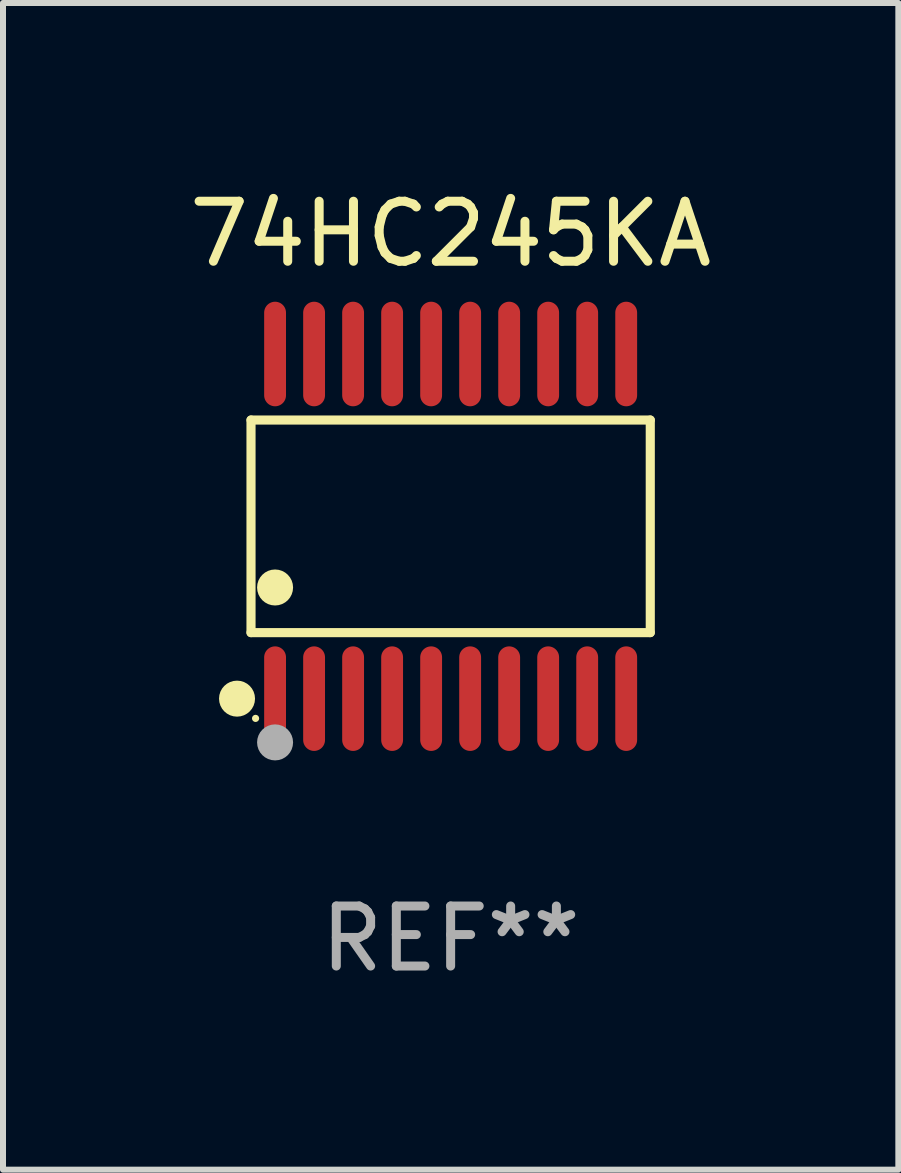
<source format=kicad_pcb>
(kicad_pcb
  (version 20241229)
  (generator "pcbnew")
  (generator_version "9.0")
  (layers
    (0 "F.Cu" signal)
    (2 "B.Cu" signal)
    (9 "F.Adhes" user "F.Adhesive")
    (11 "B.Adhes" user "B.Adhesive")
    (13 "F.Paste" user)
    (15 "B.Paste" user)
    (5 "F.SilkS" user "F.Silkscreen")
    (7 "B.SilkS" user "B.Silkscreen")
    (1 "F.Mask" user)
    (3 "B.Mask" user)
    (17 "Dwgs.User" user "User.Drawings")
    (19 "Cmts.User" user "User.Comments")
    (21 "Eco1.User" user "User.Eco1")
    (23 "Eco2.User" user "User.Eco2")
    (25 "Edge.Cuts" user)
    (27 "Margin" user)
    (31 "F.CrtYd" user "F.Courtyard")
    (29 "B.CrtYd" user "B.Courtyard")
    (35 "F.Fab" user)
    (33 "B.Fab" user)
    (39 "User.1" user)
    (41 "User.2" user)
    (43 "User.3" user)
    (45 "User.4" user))
  (footprint "74HC245KA"
    (layer "F.Cu")
    (at 4.458 5.719)
    (property "Reference" "74HC245KA" (at 0 -4.871 0) (layer "F.SilkS") (effects (font (size 1 1) (thickness 0.15))))
    (attr through_hole)
    (fp_line (start -3.326 -1.771) (end 3.326 -1.771) (stroke (width 0.152) (type solid)) (layer "F.SilkS"))
    (fp_line (start -3.326 1.771) (end -3.326 -1.771) (stroke (width 0.152) (type solid)) (layer "F.SilkS"))
    (fp_line (start 3.326 -1.771) (end 3.326 1.771) (stroke (width 0.152) (type solid)) (layer "F.SilkS"))
    (fp_line (start 3.326 1.771) (end -3.326 1.771) (stroke (width 0.152) (type solid)) (layer "F.SilkS"))
    (fp_circle (center -3.559 2.871) (end -3.409 2.871) (stroke (width 0.3) (type solid)) (fill no) (layer "F.SilkS"))
    (fp_circle (center -3.25 3.2) (end -3.22 3.2) (stroke (width 0.06) (type solid)) (fill no) (layer "F.SilkS"))
    (fp_circle (center -2.925 1.019) (end -2.775 1.019) (stroke (width 0.3) (type solid)) (fill no) (layer "F.SilkS"))
    (fp_circle (center -2.925 3.6) (end -2.775 3.6) (stroke (width 0.3) (type solid)) (fill no) (layer "F.Fab"))
    (fp_text user "REF**" (at 0 6.871 0) (layer "F.Fab") (effects (font (size 1 1) (thickness 0.15))))
    (pad "1" smd oval (at -2.925 2.871) (size 0.364 1.742) (layers "F.Cu" "F.Mask" "F.Paste"))
    (pad "2" smd oval (at -2.275 2.871) (size 0.364 1.742) (layers "F.Cu" "F.Mask" "F.Paste"))
    (pad "3" smd oval (at -1.625 2.871) (size 0.364 1.742) (layers "F.Cu" "F.Mask" "F.Paste"))
    (pad "4" smd oval (at -0.975 2.871) (size 0.364 1.742) (layers "F.Cu" "F.Mask" "F.Paste"))
    (pad "5" smd oval (at -0.325 2.871) (size 0.364 1.742) (layers "F.Cu" "F.Mask" "F.Paste"))
    (pad "6" smd oval (at 0.325 2.871) (size 0.364 1.742) (layers "F.Cu" "F.Mask" "F.Paste"))
    (pad "7" smd oval (at 0.975 2.871) (size 0.364 1.742) (layers "F.Cu" "F.Mask" "F.Paste"))
    (pad "8" smd oval (at 1.625 2.871) (size 0.364 1.742) (layers "F.Cu" "F.Mask" "F.Paste"))
    (pad "9" smd oval (at 2.275 2.871) (size 0.364 1.742) (layers "F.Cu" "F.Mask" "F.Paste"))
    (pad "10" smd oval (at 2.925 2.871) (size 0.364 1.742) (layers "F.Cu" "F.Mask" "F.Paste"))
    (pad "11" smd oval (at 2.925 -2.871) (size 0.364 1.742) (layers "F.Cu" "F.Mask" "F.Paste"))
    (pad "12" smd oval (at 2.275 -2.871) (size 0.364 1.742) (layers "F.Cu" "F.Mask" "F.Paste"))
    (pad "13" smd oval (at 1.625 -2.871) (size 0.364 1.742) (layers "F.Cu" "F.Mask" "F.Paste"))
    (pad "14" smd oval (at 0.975 -2.871) (size 0.364 1.742) (layers "F.Cu" "F.Mask" "F.Paste"))
    (pad "15" smd oval (at 0.325 -2.871) (size 0.364 1.742) (layers "F.Cu" "F.Mask" "F.Paste"))
    (pad "16" smd oval (at -0.325 -2.871) (size 0.364 1.742) (layers "F.Cu" "F.Mask" "F.Paste"))
    (pad "17" smd oval (at -0.975 -2.871) (size 0.364 1.742) (layers "F.Cu" "F.Mask" "F.Paste"))
    (pad "18" smd oval (at -1.625 -2.871) (size 0.364 1.742) (layers "F.Cu" "F.Mask" "F.Paste"))
    (pad "19" smd oval (at -2.275 -2.871) (size 0.364 1.742) (layers "F.Cu" "F.Mask" "F.Paste"))
    (pad "20" smd oval (at -2.925 -2.871) (size 0.364 1.742) (layers "F.Cu" "F.Mask" "F.Paste")))
  (gr_rect
    (start -3 -3)
    (end 11.917 16.438)
    (stroke (width 0.1) (type default))
    (fill no)
    (layer "Edge.Cuts")))
</source>
